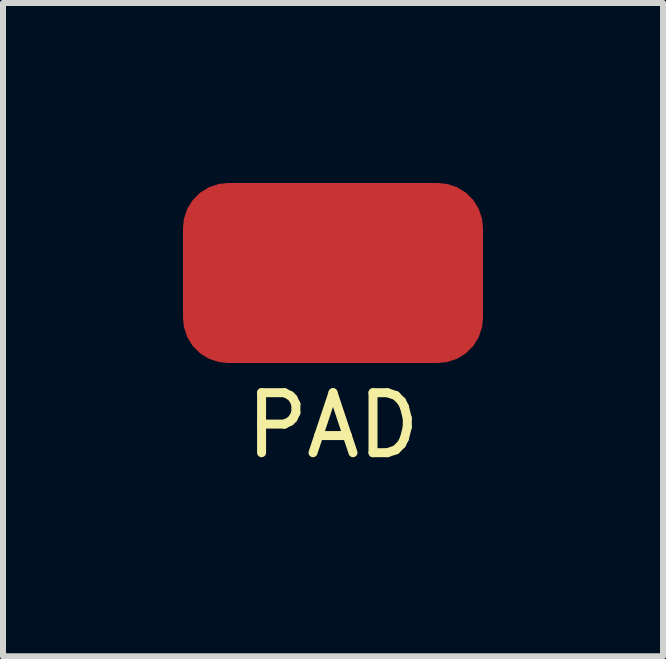
<source format=kicad_pcb>
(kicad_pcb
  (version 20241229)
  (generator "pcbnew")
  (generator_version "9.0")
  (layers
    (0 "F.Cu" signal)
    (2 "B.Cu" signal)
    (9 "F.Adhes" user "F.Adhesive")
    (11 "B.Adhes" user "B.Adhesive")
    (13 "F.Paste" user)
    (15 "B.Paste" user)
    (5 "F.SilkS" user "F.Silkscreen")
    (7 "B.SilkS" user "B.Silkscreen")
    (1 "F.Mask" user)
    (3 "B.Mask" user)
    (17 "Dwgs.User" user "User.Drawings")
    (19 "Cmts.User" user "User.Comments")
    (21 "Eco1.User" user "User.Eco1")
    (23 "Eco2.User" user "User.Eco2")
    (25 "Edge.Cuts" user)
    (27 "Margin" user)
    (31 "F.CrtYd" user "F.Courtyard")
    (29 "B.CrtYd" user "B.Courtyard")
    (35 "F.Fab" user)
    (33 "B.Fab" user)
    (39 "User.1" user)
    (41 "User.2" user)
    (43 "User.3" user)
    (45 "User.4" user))
  (footprint "PAD"
    (layer "F.Cu")
    (at 2.5 1.5)
    (property "Reference" "PAD" (at 0 2.54 0) (layer "F.SilkS") (effects (font (size 1 1) (thickness 0.15))))
    (attr through_hole)
    (pad "" smd roundrect (at 0 0) (size 5 3) (layers "F.Cu" "F.Mask" "F.Paste") (roundrect_rratio 0.25)))
  (gr_rect
    (start -3 -3)
    (end 8 7.888)
    (stroke (width 0.1) (type default))
    (fill no)
    (layer "Edge.Cuts")))
</source>
